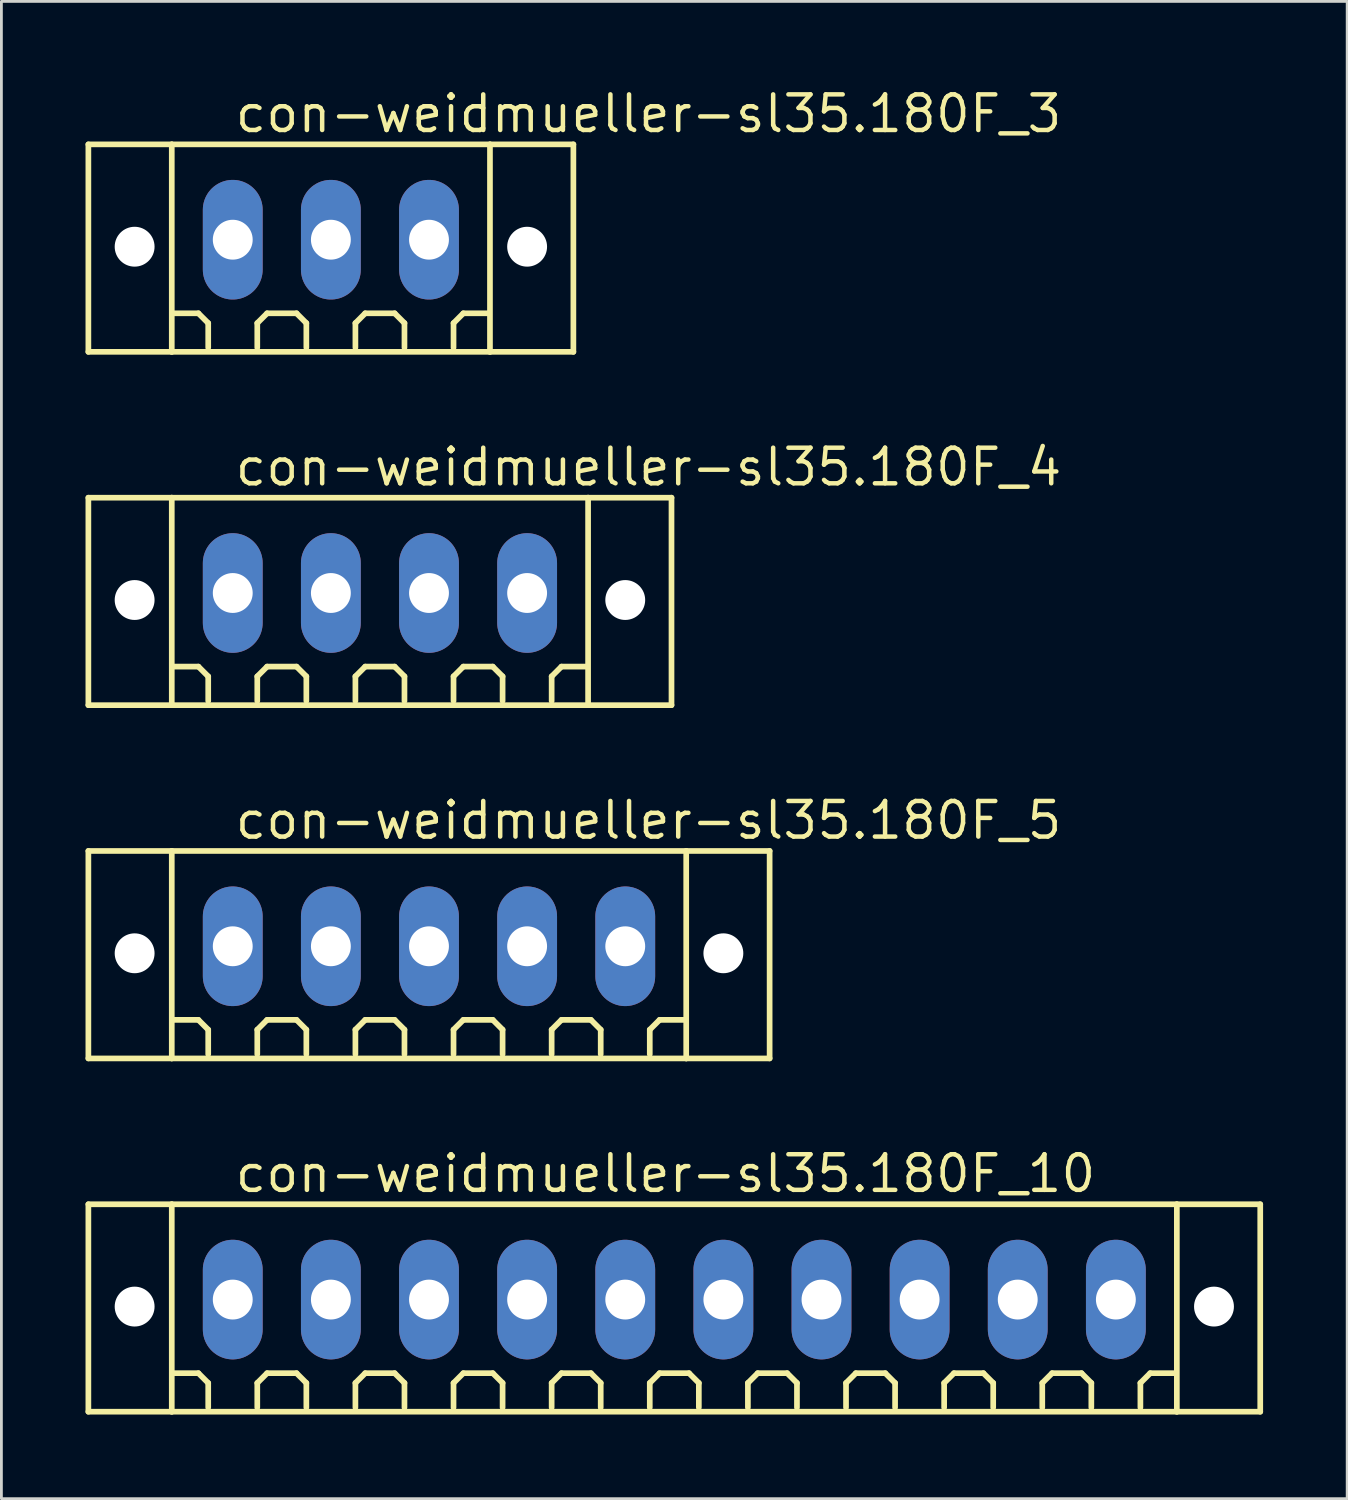
<source format=kicad_pcb>
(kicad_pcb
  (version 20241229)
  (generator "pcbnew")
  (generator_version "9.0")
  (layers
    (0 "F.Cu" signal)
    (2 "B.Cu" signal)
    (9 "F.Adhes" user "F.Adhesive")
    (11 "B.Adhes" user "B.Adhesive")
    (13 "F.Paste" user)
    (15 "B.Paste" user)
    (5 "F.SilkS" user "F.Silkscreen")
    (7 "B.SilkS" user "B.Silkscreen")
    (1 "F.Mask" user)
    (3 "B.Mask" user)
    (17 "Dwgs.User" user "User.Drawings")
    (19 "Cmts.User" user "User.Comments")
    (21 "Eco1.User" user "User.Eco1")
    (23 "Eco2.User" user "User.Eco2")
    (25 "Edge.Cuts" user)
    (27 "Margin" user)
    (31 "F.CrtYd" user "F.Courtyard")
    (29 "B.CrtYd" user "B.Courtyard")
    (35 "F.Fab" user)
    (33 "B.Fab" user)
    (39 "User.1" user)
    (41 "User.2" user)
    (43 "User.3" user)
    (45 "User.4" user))
  (footprint "con-weidmueller-sl35.180F_4"
    (layer "F.Cu")
    (at 10.502 18.102)
    (property "Reference" "con-weidmueller-sl35.180F_4" (at -5.25 -3.75 0) (layer "F.SilkS") (effects (font (size 1.27 1.27) (thickness 0.16)) (justify left bottom)))
    (attr through_hole)
    (fp_line (start -10.4 -3.4) (end -7.425 -3.4) (stroke (width 0.203) (type default)) (layer "F.SilkS"))
    (fp_line (start -10.4 4) (end -10.4 -3.4) (stroke (width 0.203) (type default)) (layer "F.SilkS"))
    (fp_line (start -7.425 -3.4) (end 7.425 -3.4) (stroke (width 0.203) (type default)) (layer "F.SilkS"))
    (fp_line (start -7.425 4) (end -10.4 4) (stroke (width 0.203) (type default)) (layer "F.SilkS"))
    (fp_line (start -7.425 4) (end -7.425 -3.4) (stroke (width 0.203) (type default)) (layer "F.SilkS"))
    (fp_line (start -6.475 2.625) (end -7.35 2.625) (stroke (width 0.203) (type default)) (layer "F.SilkS"))
    (fp_line (start -6.125 2.975) (end -6.475 2.625) (stroke (width 0.203) (type default)) (layer "F.SilkS"))
    (fp_line (start -6.125 3.85) (end -6.125 2.975) (stroke (width 0.203) (type default)) (layer "F.SilkS"))
    (fp_line (start -4.375 2.975) (end -4.025 2.625) (stroke (width 0.203) (type default)) (layer "F.SilkS"))
    (fp_line (start -4.375 3.85) (end -4.375 2.975) (stroke (width 0.203) (type default)) (layer "F.SilkS"))
    (fp_line (start -4.025 2.625) (end -2.975 2.625) (stroke (width 0.203) (type default)) (layer "F.SilkS"))
    (fp_line (start -2.975 2.625) (end -2.625 2.975) (stroke (width 0.203) (type default)) (layer "F.SilkS"))
    (fp_line (start -2.625 2.975) (end -2.625 3.85) (stroke (width 0.203) (type default)) (layer "F.SilkS"))
    (fp_line (start -0.875 2.975) (end -0.525 2.625) (stroke (width 0.203) (type default)) (layer "F.SilkS"))
    (fp_line (start -0.875 3.85) (end -0.875 2.975) (stroke (width 0.203) (type default)) (layer "F.SilkS"))
    (fp_line (start -0.525 2.625) (end 0.525 2.625) (stroke (width 0.203) (type default)) (layer "F.SilkS"))
    (fp_line (start 0.525 2.625) (end 0.875 2.975) (stroke (width 0.203) (type default)) (layer "F.SilkS"))
    (fp_line (start 0.875 2.975) (end 0.875 3.85) (stroke (width 0.203) (type default)) (layer "F.SilkS"))
    (fp_line (start 2.625 2.975) (end 2.975 2.625) (stroke (width 0.203) (type default)) (layer "F.SilkS"))
    (fp_line (start 2.625 3.85) (end 2.625 2.975) (stroke (width 0.203) (type default)) (layer "F.SilkS"))
    (fp_line (start 2.975 2.625) (end 4.025 2.625) (stroke (width 0.203) (type default)) (layer "F.SilkS"))
    (fp_line (start 4.025 2.625) (end 4.375 2.975) (stroke (width 0.203) (type default)) (layer "F.SilkS"))
    (fp_line (start 4.375 2.975) (end 4.375 3.85) (stroke (width 0.203) (type default)) (layer "F.SilkS"))
    (fp_line (start 6.125 2.975) (end 6.475 2.625) (stroke (width 0.203) (type default)) (layer "F.SilkS"))
    (fp_line (start 6.125 3.85) (end 6.125 2.975) (stroke (width 0.203) (type default)) (layer "F.SilkS"))
    (fp_line (start 6.475 2.625) (end 7.35 2.625) (stroke (width 0.203) (type default)) (layer "F.SilkS"))
    (fp_line (start 7.425 -3.4) (end 7.425 4) (stroke (width 0.203) (type default)) (layer "F.SilkS"))
    (fp_line (start 7.425 -3.4) (end 10.4 -3.4) (stroke (width 0.203) (type default)) (layer "F.SilkS"))
    (fp_line (start 7.425 4) (end -7.425 4) (stroke (width 0.203) (type default)) (layer "F.SilkS"))
    (fp_line (start 10.4 -3.4) (end 10.4 4) (stroke (width 0.203) (type default)) (layer "F.SilkS"))
    (fp_line (start 10.4 4) (end 7.425 4) (stroke (width 0.203) (type default)) (layer "F.SilkS"))
    (pad "" np_thru_hole circle (at -8.75 0.25) (size 1.422 1.422) (drill 1.422) (layers "*.Cu" "*.Mask"))
    (pad "" np_thru_hole circle (at 8.75 0.25) (size 1.422 1.422) (drill 1.422) (layers "*.Cu" "*.Mask"))
    (pad "1" thru_hole oval (at -5.25 0 90) (size 4.267 2.134) (drill 1.422) (layers "*.Cu" "*.Mask"))
    (pad "2" thru_hole oval (at -1.75 0 90) (size 4.267 2.134) (drill 1.422) (layers "*.Cu" "*.Mask"))
    (pad "3" thru_hole oval (at 1.75 0 90) (size 4.267 2.134) (drill 1.422) (layers "*.Cu" "*.Mask"))
    (pad "4" thru_hole oval (at 5.25 0 90) (size 4.267 2.134) (drill 1.422) (layers "*.Cu" "*.Mask")))
  (footprint "con-weidmueller-sl35.180F_3"
    (layer "F.Cu")
    (at 8.752 5.5)
    (property "Reference" "con-weidmueller-sl35.180F_3" (at -3.5 -3.75 0) (layer "F.SilkS") (effects (font (size 1.27 1.27) (thickness 0.16)) (justify left bottom)))
    (attr through_hole)
    (fp_line (start -8.65 -3.4) (end -5.675 -3.4) (stroke (width 0.203) (type default)) (layer "F.SilkS"))
    (fp_line (start -8.65 4) (end -8.65 -3.4) (stroke (width 0.203) (type default)) (layer "F.SilkS"))
    (fp_line (start -5.675 -3.4) (end 5.675 -3.4) (stroke (width 0.203) (type default)) (layer "F.SilkS"))
    (fp_line (start -5.675 4) (end -8.65 4) (stroke (width 0.203) (type default)) (layer "F.SilkS"))
    (fp_line (start -5.675 4) (end -5.675 -3.4) (stroke (width 0.203) (type default)) (layer "F.SilkS"))
    (fp_line (start -4.725 2.625) (end -5.6 2.625) (stroke (width 0.203) (type default)) (layer "F.SilkS"))
    (fp_line (start -4.375 2.975) (end -4.725 2.625) (stroke (width 0.203) (type default)) (layer "F.SilkS"))
    (fp_line (start -4.375 3.85) (end -4.375 2.975) (stroke (width 0.203) (type default)) (layer "F.SilkS"))
    (fp_line (start -2.625 2.975) (end -2.275 2.625) (stroke (width 0.203) (type default)) (layer "F.SilkS"))
    (fp_line (start -2.625 3.85) (end -2.625 2.975) (stroke (width 0.203) (type default)) (layer "F.SilkS"))
    (fp_line (start -2.275 2.625) (end -1.225 2.625) (stroke (width 0.203) (type default)) (layer "F.SilkS"))
    (fp_line (start -1.225 2.625) (end -0.875 2.975) (stroke (width 0.203) (type default)) (layer "F.SilkS"))
    (fp_line (start -0.875 2.975) (end -0.875 3.85) (stroke (width 0.203) (type default)) (layer "F.SilkS"))
    (fp_line (start 0.875 2.975) (end 1.225 2.625) (stroke (width 0.203) (type default)) (layer "F.SilkS"))
    (fp_line (start 0.875 3.85) (end 0.875 2.975) (stroke (width 0.203) (type default)) (layer "F.SilkS"))
    (fp_line (start 1.225 2.625) (end 2.275 2.625) (stroke (width 0.203) (type default)) (layer "F.SilkS"))
    (fp_line (start 2.275 2.625) (end 2.625 2.975) (stroke (width 0.203) (type default)) (layer "F.SilkS"))
    (fp_line (start 2.625 2.975) (end 2.625 3.85) (stroke (width 0.203) (type default)) (layer "F.SilkS"))
    (fp_line (start 4.375 2.975) (end 4.725 2.625) (stroke (width 0.203) (type default)) (layer "F.SilkS"))
    (fp_line (start 4.375 3.85) (end 4.375 2.975) (stroke (width 0.203) (type default)) (layer "F.SilkS"))
    (fp_line (start 4.725 2.625) (end 5.6 2.625) (stroke (width 0.203) (type default)) (layer "F.SilkS"))
    (fp_line (start 5.675 -3.4) (end 5.675 4) (stroke (width 0.203) (type default)) (layer "F.SilkS"))
    (fp_line (start 5.675 -3.4) (end 8.65 -3.4) (stroke (width 0.203) (type default)) (layer "F.SilkS"))
    (fp_line (start 5.675 4) (end -5.675 4) (stroke (width 0.203) (type default)) (layer "F.SilkS"))
    (fp_line (start 8.65 -3.4) (end 8.65 4) (stroke (width 0.203) (type default)) (layer "F.SilkS"))
    (fp_line (start 8.65 4) (end 5.675 4) (stroke (width 0.203) (type default)) (layer "F.SilkS"))
    (pad "" np_thru_hole circle (at -7 0.25) (size 1.422 1.422) (drill 1.422) (layers "*.Cu" "*.Mask"))
    (pad "" np_thru_hole circle (at 7 0.25) (size 1.422 1.422) (drill 1.422) (layers "*.Cu" "*.Mask"))
    (pad "1" thru_hole oval (at -3.5 0 90) (size 4.267 2.134) (drill 1.422) (layers "*.Cu" "*.Mask"))
    (pad "2" thru_hole oval (at 0 0 90) (size 4.267 2.134) (drill 1.422) (layers "*.Cu" "*.Mask"))
    (pad "3" thru_hole oval (at 3.5 0 90) (size 4.267 2.134) (drill 1.422) (layers "*.Cu" "*.Mask")))
  (footprint "con-weidmueller-sl35.180F_10"
    (layer "F.Cu")
    (at 21.002 43.305)
    (property "Reference" "con-weidmueller-sl35.180F_10" (at -15.75 -3.75 0) (layer "F.SilkS") (effects (font (size 1.27 1.27) (thickness 0.16)) (justify left bottom)))
    (attr through_hole)
    (fp_line (start -20.9 -3.4) (end -17.925 -3.4) (stroke (width 0.203) (type default)) (layer "F.SilkS"))
    (fp_line (start -20.9 4) (end -20.9 -3.4) (stroke (width 0.203) (type default)) (layer "F.SilkS"))
    (fp_line (start -17.925 -3.4) (end 17.925 -3.4) (stroke (width 0.203) (type default)) (layer "F.SilkS"))
    (fp_line (start -17.925 4) (end -20.9 4) (stroke (width 0.203) (type default)) (layer "F.SilkS"))
    (fp_line (start -17.925 4) (end -17.925 -3.4) (stroke (width 0.203) (type default)) (layer "F.SilkS"))
    (fp_line (start -16.975 2.625) (end -17.85 2.625) (stroke (width 0.203) (type default)) (layer "F.SilkS"))
    (fp_line (start -16.625 2.975) (end -16.975 2.625) (stroke (width 0.203) (type default)) (layer "F.SilkS"))
    (fp_line (start -16.625 3.85) (end -16.625 2.975) (stroke (width 0.203) (type default)) (layer "F.SilkS"))
    (fp_line (start -14.875 2.975) (end -14.525 2.625) (stroke (width 0.203) (type default)) (layer "F.SilkS"))
    (fp_line (start -14.875 3.85) (end -14.875 2.975) (stroke (width 0.203) (type default)) (layer "F.SilkS"))
    (fp_line (start -14.525 2.625) (end -13.475 2.625) (stroke (width 0.203) (type default)) (layer "F.SilkS"))
    (fp_line (start -13.475 2.625) (end -13.125 2.975) (stroke (width 0.203) (type default)) (layer "F.SilkS"))
    (fp_line (start -13.125 2.975) (end -13.125 3.85) (stroke (width 0.203) (type default)) (layer "F.SilkS"))
    (fp_line (start -11.375 2.975) (end -11.025 2.625) (stroke (width 0.203) (type default)) (layer "F.SilkS"))
    (fp_line (start -11.375 3.85) (end -11.375 2.975) (stroke (width 0.203) (type default)) (layer "F.SilkS"))
    (fp_line (start -11.025 2.625) (end -9.975 2.625) (stroke (width 0.203) (type default)) (layer "F.SilkS"))
    (fp_line (start -9.975 2.625) (end -9.625 2.975) (stroke (width 0.203) (type default)) (layer "F.SilkS"))
    (fp_line (start -9.625 2.975) (end -9.625 3.85) (stroke (width 0.203) (type default)) (layer "F.SilkS"))
    (fp_line (start -7.875 2.975) (end -7.525 2.625) (stroke (width 0.203) (type default)) (layer "F.SilkS"))
    (fp_line (start -7.875 3.85) (end -7.875 2.975) (stroke (width 0.203) (type default)) (layer "F.SilkS"))
    (fp_line (start -7.525 2.625) (end -6.475 2.625) (stroke (width 0.203) (type default)) (layer "F.SilkS"))
    (fp_line (start -6.475 2.625) (end -6.125 2.975) (stroke (width 0.203) (type default)) (layer "F.SilkS"))
    (fp_line (start -6.125 2.975) (end -6.125 3.85) (stroke (width 0.203) (type default)) (layer "F.SilkS"))
    (fp_line (start -4.375 2.975) (end -4.025 2.625) (stroke (width 0.203) (type default)) (layer "F.SilkS"))
    (fp_line (start -4.375 3.85) (end -4.375 2.975) (stroke (width 0.203) (type default)) (layer "F.SilkS"))
    (fp_line (start -4.025 2.625) (end -2.975 2.625) (stroke (width 0.203) (type default)) (layer "F.SilkS"))
    (fp_line (start -2.975 2.625) (end -2.625 2.975) (stroke (width 0.203) (type default)) (layer "F.SilkS"))
    (fp_line (start -2.625 2.975) (end -2.625 3.85) (stroke (width 0.203) (type default)) (layer "F.SilkS"))
    (fp_line (start -0.875 2.975) (end -0.525 2.625) (stroke (width 0.203) (type default)) (layer "F.SilkS"))
    (fp_line (start -0.875 3.85) (end -0.875 2.975) (stroke (width 0.203) (type default)) (layer "F.SilkS"))
    (fp_line (start -0.525 2.625) (end 0.525 2.625) (stroke (width 0.203) (type default)) (layer "F.SilkS"))
    (fp_line (start 0.525 2.625) (end 0.875 2.975) (stroke (width 0.203) (type default)) (layer "F.SilkS"))
    (fp_line (start 0.875 2.975) (end 0.875 3.85) (stroke (width 0.203) (type default)) (layer "F.SilkS"))
    (fp_line (start 2.625 2.975) (end 2.975 2.625) (stroke (width 0.203) (type default)) (layer "F.SilkS"))
    (fp_line (start 2.625 3.85) (end 2.625 2.975) (stroke (width 0.203) (type default)) (layer "F.SilkS"))
    (fp_line (start 2.975 2.625) (end 4.025 2.625) (stroke (width 0.203) (type default)) (layer "F.SilkS"))
    (fp_line (start 4.025 2.625) (end 4.375 2.975) (stroke (width 0.203) (type default)) (layer "F.SilkS"))
    (fp_line (start 4.375 2.975) (end 4.375 3.85) (stroke (width 0.203) (type default)) (layer "F.SilkS"))
    (fp_line (start 6.125 2.975) (end 6.475 2.625) (stroke (width 0.203) (type default)) (layer "F.SilkS"))
    (fp_line (start 6.125 3.85) (end 6.125 2.975) (stroke (width 0.203) (type default)) (layer "F.SilkS"))
    (fp_line (start 6.475 2.625) (end 7.525 2.625) (stroke (width 0.203) (type default)) (layer "F.SilkS"))
    (fp_line (start 7.525 2.625) (end 7.875 2.975) (stroke (width 0.203) (type default)) (layer "F.SilkS"))
    (fp_line (start 7.875 2.975) (end 7.875 3.85) (stroke (width 0.203) (type default)) (layer "F.SilkS"))
    (fp_line (start 9.625 2.975) (end 9.975 2.625) (stroke (width 0.203) (type default)) (layer "F.SilkS"))
    (fp_line (start 9.625 3.85) (end 9.625 2.975) (stroke (width 0.203) (type default)) (layer "F.SilkS"))
    (fp_line (start 9.975 2.625) (end 11.025 2.625) (stroke (width 0.203) (type default)) (layer "F.SilkS"))
    (fp_line (start 11.025 2.625) (end 11.375 2.975) (stroke (width 0.203) (type default)) (layer "F.SilkS"))
    (fp_line (start 11.375 2.975) (end 11.375 3.85) (stroke (width 0.203) (type default)) (layer "F.SilkS"))
    (fp_line (start 13.125 2.975) (end 13.475 2.625) (stroke (width 0.203) (type default)) (layer "F.SilkS"))
    (fp_line (start 13.125 3.85) (end 13.125 2.975) (stroke (width 0.203) (type default)) (layer "F.SilkS"))
    (fp_line (start 13.475 2.625) (end 14.525 2.625) (stroke (width 0.203) (type default)) (layer "F.SilkS"))
    (fp_line (start 14.525 2.625) (end 14.875 2.975) (stroke (width 0.203) (type default)) (layer "F.SilkS"))
    (fp_line (start 14.875 2.975) (end 14.875 3.85) (stroke (width 0.203) (type default)) (layer "F.SilkS"))
    (fp_line (start 16.625 2.975) (end 16.975 2.625) (stroke (width 0.203) (type default)) (layer "F.SilkS"))
    (fp_line (start 16.625 3.85) (end 16.625 2.975) (stroke (width 0.203) (type default)) (layer "F.SilkS"))
    (fp_line (start 16.975 2.625) (end 17.85 2.625) (stroke (width 0.203) (type default)) (layer "F.SilkS"))
    (fp_line (start 17.925 -3.4) (end 17.925 4) (stroke (width 0.203) (type default)) (layer "F.SilkS"))
    (fp_line (start 17.925 -3.4) (end 20.9 -3.4) (stroke (width 0.203) (type default)) (layer "F.SilkS"))
    (fp_line (start 17.925 4) (end -17.925 4) (stroke (width 0.203) (type default)) (layer "F.SilkS"))
    (fp_line (start 20.9 -3.4) (end 20.9 4) (stroke (width 0.203) (type default)) (layer "F.SilkS"))
    (fp_line (start 20.9 4) (end 17.925 4) (stroke (width 0.203) (type default)) (layer "F.SilkS"))
    (pad "" np_thru_hole circle (at -19.25 0.25) (size 1.422 1.422) (drill 1.422) (layers "*.Cu" "*.Mask"))
    (pad "" np_thru_hole circle (at 19.25 0.25) (size 1.422 1.422) (drill 1.422) (layers "*.Cu" "*.Mask"))
    (pad "1" thru_hole oval (at -15.75 0 90) (size 4.267 2.134) (drill 1.422) (layers "*.Cu" "*.Mask"))
    (pad "2" thru_hole oval (at -12.25 0 90) (size 4.267 2.134) (drill 1.422) (layers "*.Cu" "*.Mask"))
    (pad "3" thru_hole oval (at -8.75 0 90) (size 4.267 2.134) (drill 1.422) (layers "*.Cu" "*.Mask"))
    (pad "4" thru_hole oval (at -5.25 0 90) (size 4.267 2.134) (drill 1.422) (layers "*.Cu" "*.Mask"))
    (pad "5" thru_hole oval (at -1.75 0 90) (size 4.267 2.134) (drill 1.422) (layers "*.Cu" "*.Mask"))
    (pad "6" thru_hole oval (at 1.75 0 90) (size 4.267 2.134) (drill 1.422) (layers "*.Cu" "*.Mask"))
    (pad "7" thru_hole oval (at 5.25 0 90) (size 4.267 2.134) (drill 1.422) (layers "*.Cu" "*.Mask"))
    (pad "8" thru_hole oval (at 8.75 0 90) (size 4.267 2.134) (drill 1.422) (layers "*.Cu" "*.Mask"))
    (pad "9" thru_hole oval (at 12.25 0 90) (size 4.267 2.134) (drill 1.422) (layers "*.Cu" "*.Mask"))
    (pad "10" thru_hole oval (at 15.75 0 90) (size 4.267 2.134) (drill 1.422) (layers "*.Cu" "*.Mask")))
  (footprint "con-weidmueller-sl35.180F_5"
    (layer "F.Cu")
    (at 12.252 30.703)
    (property "Reference" "con-weidmueller-sl35.180F_5" (at -7 -3.75 0) (layer "F.SilkS") (effects (font (size 1.27 1.27) (thickness 0.16)) (justify left bottom)))
    (attr through_hole)
    (fp_line (start -12.15 -3.4) (end -9.175 -3.4) (stroke (width 0.203) (type default)) (layer "F.SilkS"))
    (fp_line (start -12.15 4) (end -12.15 -3.4) (stroke (width 0.203) (type default)) (layer "F.SilkS"))
    (fp_line (start -9.175 -3.4) (end 9.175 -3.4) (stroke (width 0.203) (type default)) (layer "F.SilkS"))
    (fp_line (start -9.175 4) (end -12.15 4) (stroke (width 0.203) (type default)) (layer "F.SilkS"))
    (fp_line (start -9.175 4) (end -9.175 -3.4) (stroke (width 0.203) (type default)) (layer "F.SilkS"))
    (fp_line (start -8.225 2.625) (end -9.1 2.625) (stroke (width 0.203) (type default)) (layer "F.SilkS"))
    (fp_line (start -7.875 2.975) (end -8.225 2.625) (stroke (width 0.203) (type default)) (layer "F.SilkS"))
    (fp_line (start -7.875 3.85) (end -7.875 2.975) (stroke (width 0.203) (type default)) (layer "F.SilkS"))
    (fp_line (start -6.125 2.975) (end -5.775 2.625) (stroke (width 0.203) (type default)) (layer "F.SilkS"))
    (fp_line (start -6.125 3.85) (end -6.125 2.975) (stroke (width 0.203) (type default)) (layer "F.SilkS"))
    (fp_line (start -5.775 2.625) (end -4.725 2.625) (stroke (width 0.203) (type default)) (layer "F.SilkS"))
    (fp_line (start -4.725 2.625) (end -4.375 2.975) (stroke (width 0.203) (type default)) (layer "F.SilkS"))
    (fp_line (start -4.375 2.975) (end -4.375 3.85) (stroke (width 0.203) (type default)) (layer "F.SilkS"))
    (fp_line (start -2.625 2.975) (end -2.275 2.625) (stroke (width 0.203) (type default)) (layer "F.SilkS"))
    (fp_line (start -2.625 3.85) (end -2.625 2.975) (stroke (width 0.203) (type default)) (layer "F.SilkS"))
    (fp_line (start -2.275 2.625) (end -1.225 2.625) (stroke (width 0.203) (type default)) (layer "F.SilkS"))
    (fp_line (start -1.225 2.625) (end -0.875 2.975) (stroke (width 0.203) (type default)) (layer "F.SilkS"))
    (fp_line (start -0.875 2.975) (end -0.875 3.85) (stroke (width 0.203) (type default)) (layer "F.SilkS"))
    (fp_line (start 0.875 2.975) (end 1.225 2.625) (stroke (width 0.203) (type default)) (layer "F.SilkS"))
    (fp_line (start 0.875 3.85) (end 0.875 2.975) (stroke (width 0.203) (type default)) (layer "F.SilkS"))
    (fp_line (start 1.225 2.625) (end 2.275 2.625) (stroke (width 0.203) (type default)) (layer "F.SilkS"))
    (fp_line (start 2.275 2.625) (end 2.625 2.975) (stroke (width 0.203) (type default)) (layer "F.SilkS"))
    (fp_line (start 2.625 2.975) (end 2.625 3.85) (stroke (width 0.203) (type default)) (layer "F.SilkS"))
    (fp_line (start 4.375 2.975) (end 4.725 2.625) (stroke (width 0.203) (type default)) (layer "F.SilkS"))
    (fp_line (start 4.375 3.85) (end 4.375 2.975) (stroke (width 0.203) (type default)) (layer "F.SilkS"))
    (fp_line (start 4.725 2.625) (end 5.775 2.625) (stroke (width 0.203) (type default)) (layer "F.SilkS"))
    (fp_line (start 5.775 2.625) (end 6.125 2.975) (stroke (width 0.203) (type default)) (layer "F.SilkS"))
    (fp_line (start 6.125 2.975) (end 6.125 3.85) (stroke (width 0.203) (type default)) (layer "F.SilkS"))
    (fp_line (start 7.875 2.975) (end 8.225 2.625) (stroke (width 0.203) (type default)) (layer "F.SilkS"))
    (fp_line (start 7.875 3.85) (end 7.875 2.975) (stroke (width 0.203) (type default)) (layer "F.SilkS"))
    (fp_line (start 8.225 2.625) (end 9.1 2.625) (stroke (width 0.203) (type default)) (layer "F.SilkS"))
    (fp_line (start 9.175 -3.4) (end 9.175 4) (stroke (width 0.203) (type default)) (layer "F.SilkS"))
    (fp_line (start 9.175 -3.4) (end 12.15 -3.4) (stroke (width 0.203) (type default)) (layer "F.SilkS"))
    (fp_line (start 9.175 4) (end -9.175 4) (stroke (width 0.203) (type default)) (layer "F.SilkS"))
    (fp_line (start 12.15 -3.4) (end 12.15 4) (stroke (width 0.203) (type default)) (layer "F.SilkS"))
    (fp_line (start 12.15 4) (end 9.175 4) (stroke (width 0.203) (type default)) (layer "F.SilkS"))
    (pad "" np_thru_hole circle (at -10.5 0.25) (size 1.422 1.422) (drill 1.422) (layers "*.Cu" "*.Mask"))
    (pad "" np_thru_hole circle (at 10.5 0.25) (size 1.422 1.422) (drill 1.422) (layers "*.Cu" "*.Mask"))
    (pad "1" thru_hole oval (at -7 0 90) (size 4.267 2.134) (drill 1.422) (layers "*.Cu" "*.Mask"))
    (pad "2" thru_hole oval (at -3.5 0 90) (size 4.267 2.134) (drill 1.422) (layers "*.Cu" "*.Mask"))
    (pad "3" thru_hole oval (at 0 0 90) (size 4.267 2.134) (drill 1.422) (layers "*.Cu" "*.Mask"))
    (pad "4" thru_hole oval (at 3.5 0 90) (size 4.267 2.134) (drill 1.422) (layers "*.Cu" "*.Mask"))
    (pad "5" thru_hole oval (at 7 0 90) (size 4.267 2.134) (drill 1.422) (layers "*.Cu" "*.Mask")))
  (gr_rect
    (start -3 -3)
    (end 45.003 50.406)
    (stroke (width 0.1) (type default))
    (fill no)
    (layer "Edge.Cuts")))
</source>
